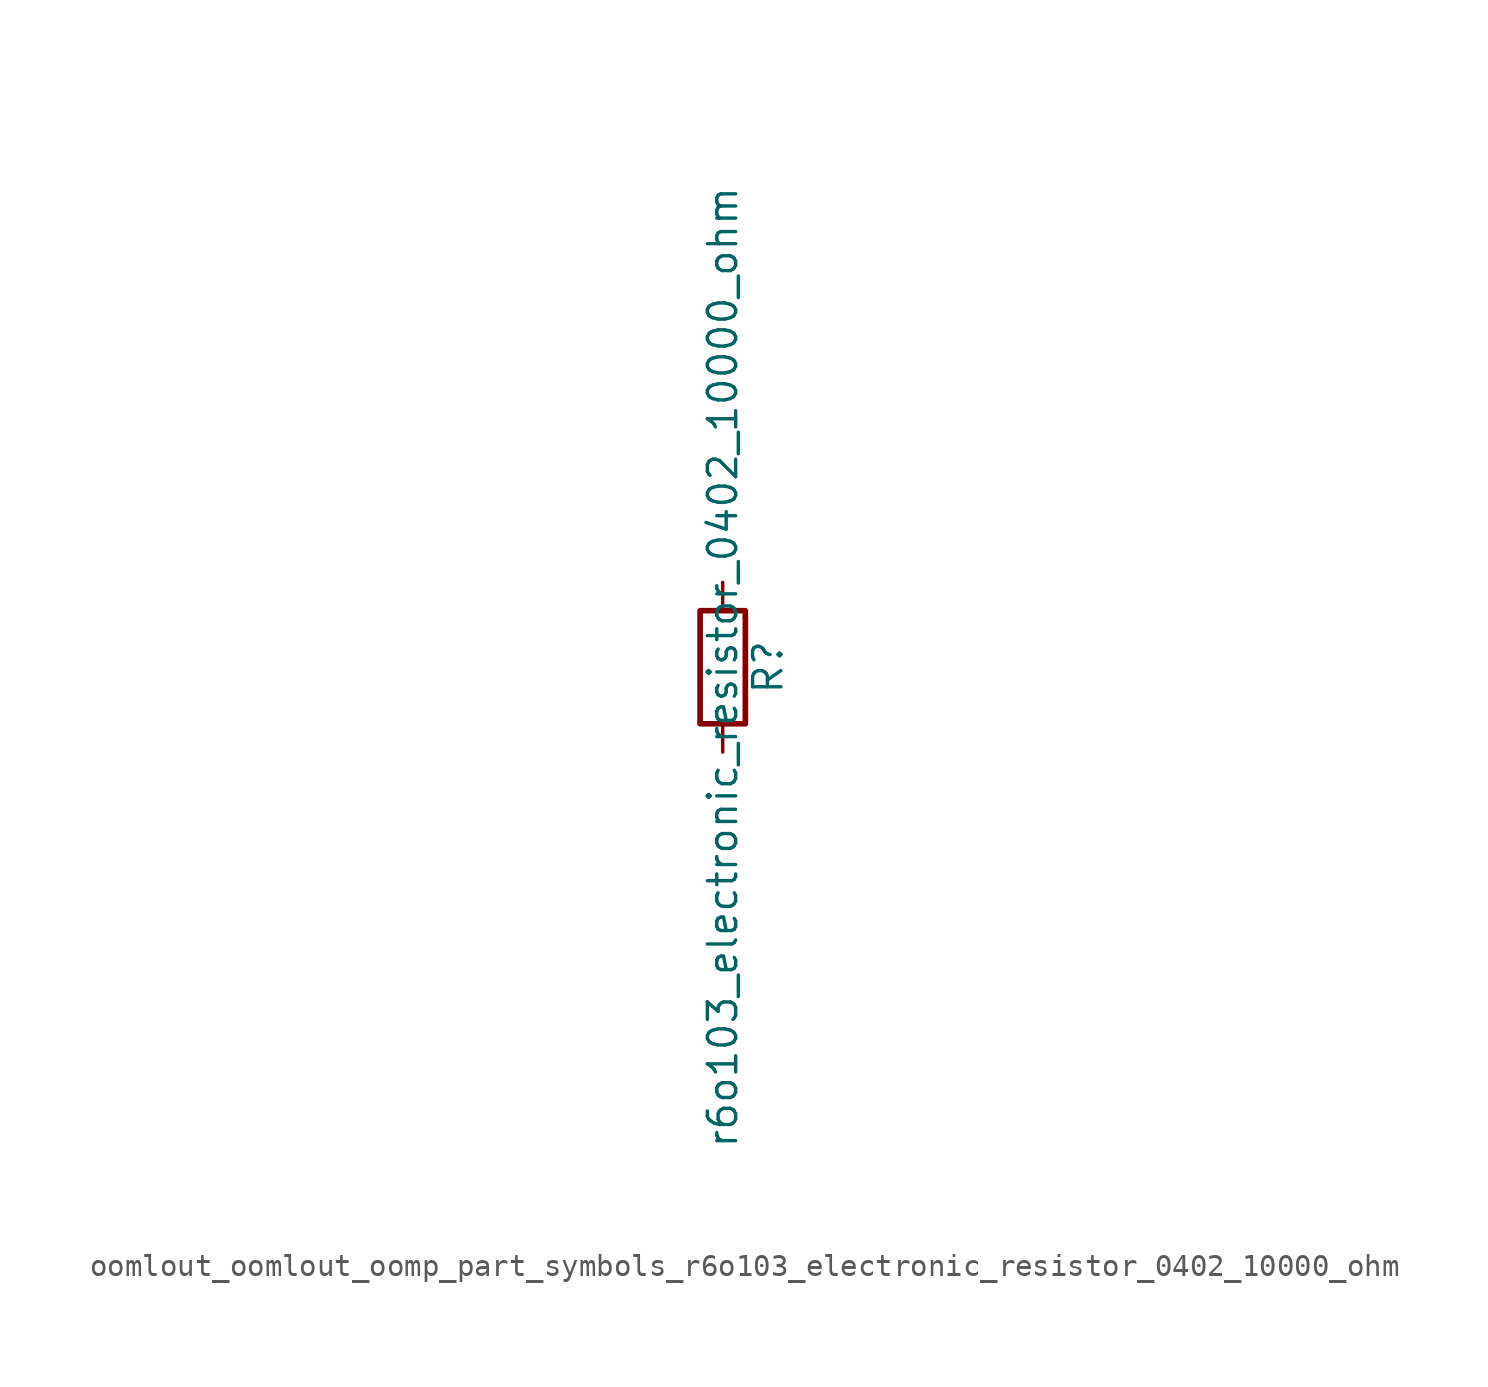
<source format=kicad_sym>
(kicad_symbol_lib
  (version 20220914)
  (generator kicad_symbol_editor)
  (symbol "oomlout_oomlout_oomp_part_symbols_r6o103_electronic_resistor_0402_10000_ohm"
    (pin_numbers hide)
    (pin_names
      (offset 0))
    (property "Reference" "R"
      (at 2.032 0 90)
      (effects (font (size 1.27 1.27))))
    (property "Value" "r6o103_electronic_resistor_0402_10000_ohm"
      (at 0 0 90)
      (effects (font (size 1.27 1.27))))
    (symbol "oomlout_oomlout_oomp_part_symbols_r6o103_electronic_resistor_0402_10000_ohm_0_1"
      (rectangle (start -1.016 -2.54) (end 1.016 2.54) (stroke (width 0.254) (type default)) (fill (type none))))
    (symbol "oomlout_oomlout_oomp_part_symbols_r6o103_electronic_resistor_0402_10000_ohm_1_1"
      (pin passive line (at 0 3.81 270) (length 1.27) (name "~" (effects (font (size 1.27 1.27)))) (number "1" (effects (font (size 1.27 1.27)))))
      (pin passive line (at 0 -3.81 90) (length 1.27) (name "~" (effects (font (size 1.27 1.27)))) (number "2" (effects (font (size 1.27 1.27))))))))
</source>
